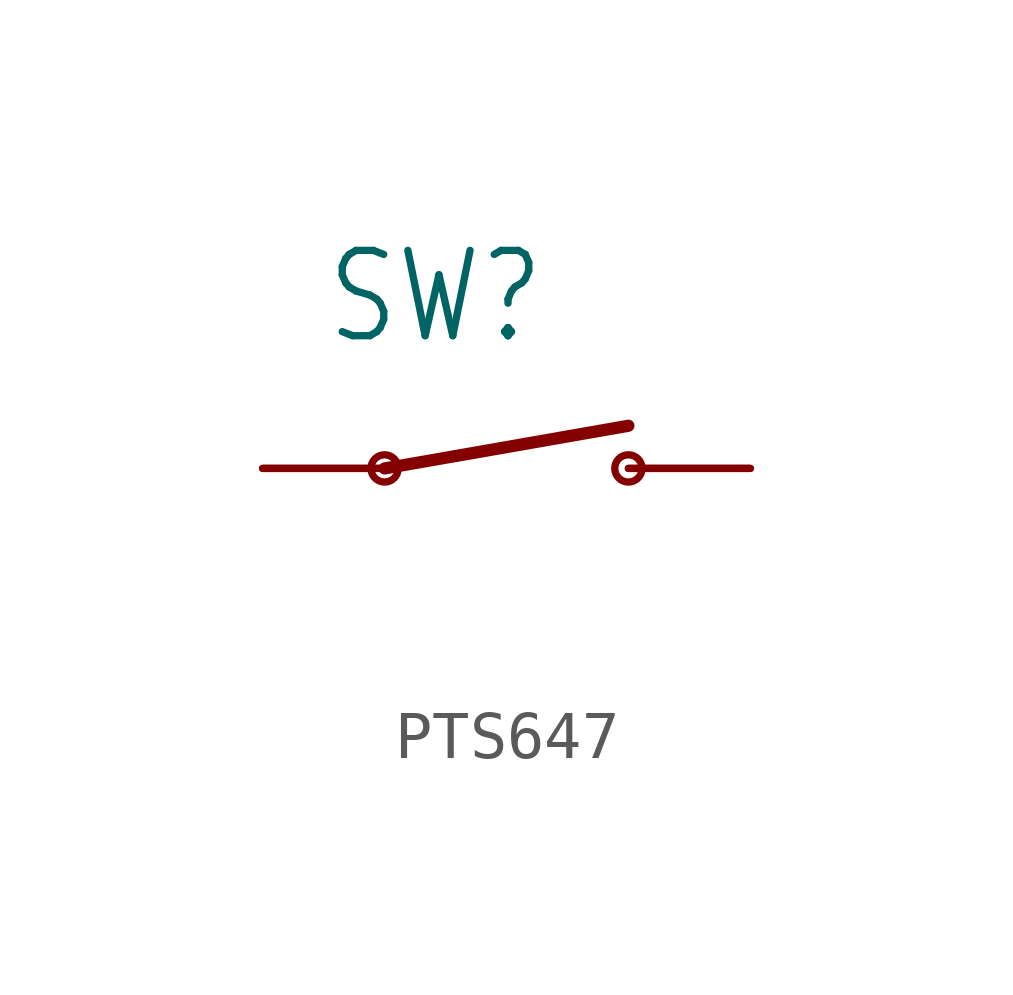
<source format=kicad_sym>
(kicad_symbol_lib
  (version 20231120)
  (generator "kicad_symbol_editor")
  (generator_version "8.0")
  (symbol "PTS647"
    (property "Reference" "SW"
      (at -3.81 2.54 0)
      (effects (font (size 1.778 1.511)) (justify left bottom)))
    (property "Value" ""
      (at -3.81 -3.81 0)
      (effects (font (size 1.778 1.511)) (justify left bottom)))
    (property "ki_locked" ""
      (at 0 0 0)
      (effects (font (size 1.27 1.27))))
    (symbol "PTS647_1_0"
      (circle (center -2.54 0) (radius 0.284) (stroke (width 0) (type solid)) (fill (type none)))
      (polyline (pts (xy -2.54 0) (xy 2.54 0.889)) (stroke (width 0.254) (type solid)) (fill (type none)))
      (circle (center 2.54 0) (radius 0.284) (stroke (width 0) (type solid)) (fill (type none)))
      (pin passive line (at -5.08 0 0) (length 2.54) (name "1" (effects (font (size 0 0)))) (number "1" (effects (font (size 0 0)))))
      (pin passive line (at -5.08 0 0) (length 2.54) (name "1" (effects (font (size 0 0)))) (number "2" (effects (font (size 0 0)))))
      (pin passive line (at 5.08 0 180) (length 2.54) (name "2" (effects (font (size 0 0)))) (number "3" (effects (font (size 0 0)))))
      (pin passive line (at 5.08 0 180) (length 2.54) (name "2" (effects (font (size 0 0)))) (number "4" (effects (font (size 0 0))))))))
</source>
